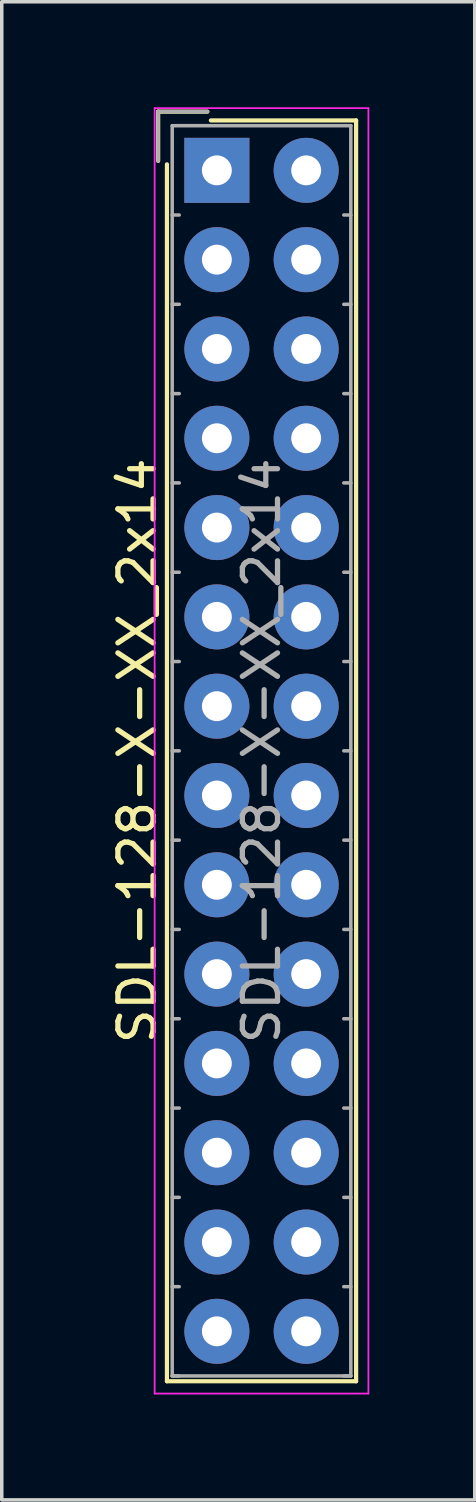
<source format=kicad_pcb>
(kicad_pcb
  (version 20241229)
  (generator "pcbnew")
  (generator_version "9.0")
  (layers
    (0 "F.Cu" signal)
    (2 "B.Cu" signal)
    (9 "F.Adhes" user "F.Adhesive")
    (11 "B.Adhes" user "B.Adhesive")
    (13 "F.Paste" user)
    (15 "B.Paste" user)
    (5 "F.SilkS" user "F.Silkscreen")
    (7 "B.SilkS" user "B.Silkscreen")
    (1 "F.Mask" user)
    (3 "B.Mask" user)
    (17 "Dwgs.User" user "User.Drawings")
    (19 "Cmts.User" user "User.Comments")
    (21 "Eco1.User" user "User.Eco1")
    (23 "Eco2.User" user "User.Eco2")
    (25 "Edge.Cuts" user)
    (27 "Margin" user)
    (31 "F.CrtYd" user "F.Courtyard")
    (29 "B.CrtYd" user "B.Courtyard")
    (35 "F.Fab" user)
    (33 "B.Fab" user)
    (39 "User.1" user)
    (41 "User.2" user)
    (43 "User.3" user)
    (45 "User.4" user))
  (footprint "SDL-128-X-XX_2x14"
    (layer "F.Cu")
    (at 3.118 1.795)
    (property "Reference" "SDL-128-X-XX_2x14" (at -2.27 16.51 90) (layer "F.SilkS") (effects (font (size 1 1) (thickness 0.15))))
    (attr through_hole)
    (fp_line (start -1.67 -1.67) (end -1.67 -0.27) (stroke (width 0.12) (type solid)) (layer "F.SilkS"))
    (fp_line (start -1.42 34.44) (end -1.42 -0.17) (stroke (width 0.12) (type solid)) (layer "F.SilkS"))
    (fp_line (start -0.27 -1.67) (end -1.67 -1.67) (stroke (width 0.12) (type solid)) (layer "F.SilkS"))
    (fp_line (start -0.17 -1.42) (end 3.96 -1.42) (stroke (width 0.12) (type solid)) (layer "F.SilkS"))
    (fp_line (start 3.96 -1.42) (end 3.96 34.44) (stroke (width 0.12) (type solid)) (layer "F.SilkS"))
    (fp_line (start 3.96 34.44) (end -1.42 34.44) (stroke (width 0.12) (type solid)) (layer "F.SilkS"))
    (fp_line (start -1.77 -1.77) (end -1.77 34.79) (stroke (width 0.05) (type solid)) (layer "F.CrtYd"))
    (fp_line (start -1.77 34.79) (end 4.31 34.79) (stroke (width 0.05) (type solid)) (layer "F.CrtYd"))
    (fp_line (start 4.31 -1.77) (end -1.77 -1.77) (stroke (width 0.05) (type solid)) (layer "F.CrtYd"))
    (fp_line (start 4.31 34.79) (end 4.31 -1.77) (stroke (width 0.05) (type solid)) (layer "F.CrtYd"))
    (fp_line (start -1.67 -1.67) (end -1.67 -0.27) (stroke (width 0.1) (type solid)) (layer "F.Fab"))
    (fp_line (start -1.27 -1.27) (end -1.27 34.29) (stroke (width 0.1) (type solid)) (layer "F.Fab"))
    (fp_line (start -1.27 1.27) (end -1.07 1.27) (stroke (width 0.1) (type solid)) (layer "F.Fab"))
    (fp_line (start -1.27 3.81) (end -1.07 3.81) (stroke (width 0.1) (type solid)) (layer "F.Fab"))
    (fp_line (start -1.27 6.35) (end -1.07 6.35) (stroke (width 0.1) (type solid)) (layer "F.Fab"))
    (fp_line (start -1.27 8.89) (end -1.07 8.89) (stroke (width 0.1) (type solid)) (layer "F.Fab"))
    (fp_line (start -1.27 11.43) (end -1.07 11.43) (stroke (width 0.1) (type solid)) (layer "F.Fab"))
    (fp_line (start -1.27 13.97) (end -1.07 13.97) (stroke (width 0.1) (type solid)) (layer "F.Fab"))
    (fp_line (start -1.27 16.51) (end -1.07 16.51) (stroke (width 0.1) (type solid)) (layer "F.Fab"))
    (fp_line (start -1.27 19.05) (end -1.07 19.05) (stroke (width 0.1) (type solid)) (layer "F.Fab"))
    (fp_line (start -1.27 21.59) (end -1.07 21.59) (stroke (width 0.1) (type solid)) (layer "F.Fab"))
    (fp_line (start -1.27 24.13) (end -1.07 24.13) (stroke (width 0.1) (type solid)) (layer "F.Fab"))
    (fp_line (start -1.27 26.67) (end -1.07 26.67) (stroke (width 0.1) (type solid)) (layer "F.Fab"))
    (fp_line (start -1.27 29.21) (end -1.07 29.21) (stroke (width 0.1) (type solid)) (layer "F.Fab"))
    (fp_line (start -1.27 31.75) (end -1.07 31.75) (stroke (width 0.1) (type solid)) (layer "F.Fab"))
    (fp_line (start -1.27 34.29) (end -1.07 34.29) (stroke (width 0.1) (type solid)) (layer "F.Fab"))
    (fp_line (start -1.27 34.29) (end 3.81 34.29) (stroke (width 0.1) (type solid)) (layer "F.Fab"))
    (fp_line (start -0.27 -1.67) (end -1.67 -1.67) (stroke (width 0.1) (type solid)) (layer "F.Fab"))
    (fp_line (start 3.81 -1.27) (end -1.27 -1.27) (stroke (width 0.1) (type solid)) (layer "F.Fab"))
    (fp_line (start 3.81 1.27) (end 3.61 1.27) (stroke (width 0.1) (type solid)) (layer "F.Fab"))
    (fp_line (start 3.81 3.81) (end 3.61 3.81) (stroke (width 0.1) (type solid)) (layer "F.Fab"))
    (fp_line (start 3.81 6.35) (end 3.61 6.35) (stroke (width 0.1) (type solid)) (layer "F.Fab"))
    (fp_line (start 3.81 8.89) (end 3.61 8.89) (stroke (width 0.1) (type solid)) (layer "F.Fab"))
    (fp_line (start 3.81 11.43) (end 3.61 11.43) (stroke (width 0.1) (type solid)) (layer "F.Fab"))
    (fp_line (start 3.81 13.97) (end 3.61 13.97) (stroke (width 0.1) (type solid)) (layer "F.Fab"))
    (fp_line (start 3.81 16.51) (end 3.61 16.51) (stroke (width 0.1) (type solid)) (layer "F.Fab"))
    (fp_line (start 3.81 19.05) (end 3.61 19.05) (stroke (width 0.1) (type solid)) (layer "F.Fab"))
    (fp_line (start 3.81 21.59) (end 3.61 21.59) (stroke (width 0.1) (type solid)) (layer "F.Fab"))
    (fp_line (start 3.81 24.13) (end 3.61 24.13) (stroke (width 0.1) (type solid)) (layer "F.Fab"))
    (fp_line (start 3.81 26.67) (end 3.61 26.67) (stroke (width 0.1) (type solid)) (layer "F.Fab"))
    (fp_line (start 3.81 29.21) (end 3.61 29.21) (stroke (width 0.1) (type solid)) (layer "F.Fab"))
    (fp_line (start 3.81 31.75) (end 3.61 31.75) (stroke (width 0.1) (type solid)) (layer "F.Fab"))
    (fp_line (start 3.81 34.29) (end 3.61 34.29) (stroke (width 0.1) (type solid)) (layer "F.Fab"))
    (fp_line (start 3.81 34.29) (end 3.81 -1.27) (stroke (width 0.1) (type solid)) (layer "F.Fab"))
    (fp_text user "${REFERENCE}" (at 1.27 16.51 90) (layer "F.Fab") (effects (font (size 1 1) (thickness 0.15))))
    (pad "1" thru_hole rect (at 0 0) (size 1.85 1.85) (drill 0.85) (layers "*.Cu" "*.Mask"))
    (pad "2" thru_hole circle (at 2.54 0) (size 1.85 1.85) (drill 0.85) (layers "*.Cu" "*.Mask"))
    (pad "3" thru_hole circle (at 0 2.54) (size 1.85 1.85) (drill 0.85) (layers "*.Cu" "*.Mask"))
    (pad "4" thru_hole circle (at 2.54 2.54) (size 1.85 1.85) (drill 0.85) (layers "*.Cu" "*.Mask"))
    (pad "5" thru_hole circle (at 0 5.08) (size 1.85 1.85) (drill 0.85) (layers "*.Cu" "*.Mask"))
    (pad "6" thru_hole circle (at 2.54 5.08) (size 1.85 1.85) (drill 0.85) (layers "*.Cu" "*.Mask"))
    (pad "7" thru_hole circle (at 0 7.62) (size 1.85 1.85) (drill 0.85) (layers "*.Cu" "*.Mask"))
    (pad "8" thru_hole circle (at 2.54 7.62) (size 1.85 1.85) (drill 0.85) (layers "*.Cu" "*.Mask"))
    (pad "9" thru_hole circle (at 0 10.16) (size 1.85 1.85) (drill 0.85) (layers "*.Cu" "*.Mask"))
    (pad "10" thru_hole circle (at 2.54 10.16) (size 1.85 1.85) (drill 0.85) (layers "*.Cu" "*.Mask"))
    (pad "11" thru_hole circle (at 0 12.7) (size 1.85 1.85) (drill 0.85) (layers "*.Cu" "*.Mask"))
    (pad "12" thru_hole circle (at 2.54 12.7) (size 1.85 1.85) (drill 0.85) (layers "*.Cu" "*.Mask"))
    (pad "13" thru_hole circle (at 0 15.24) (size 1.85 1.85) (drill 0.85) (layers "*.Cu" "*.Mask"))
    (pad "14" thru_hole circle (at 2.54 15.24) (size 1.85 1.85) (drill 0.85) (layers "*.Cu" "*.Mask"))
    (pad "15" thru_hole circle (at 0 17.78) (size 1.85 1.85) (drill 0.85) (layers "*.Cu" "*.Mask"))
    (pad "16" thru_hole circle (at 2.54 17.78) (size 1.85 1.85) (drill 0.85) (layers "*.Cu" "*.Mask"))
    (pad "17" thru_hole circle (at 0 20.32) (size 1.85 1.85) (drill 0.85) (layers "*.Cu" "*.Mask"))
    (pad "18" thru_hole circle (at 2.54 20.32) (size 1.85 1.85) (drill 0.85) (layers "*.Cu" "*.Mask"))
    (pad "19" thru_hole circle (at 0 22.86) (size 1.85 1.85) (drill 0.85) (layers "*.Cu" "*.Mask"))
    (pad "20" thru_hole circle (at 2.54 22.86) (size 1.85 1.85) (drill 0.85) (layers "*.Cu" "*.Mask"))
    (pad "21" thru_hole circle (at 0 25.4) (size 1.85 1.85) (drill 0.85) (layers "*.Cu" "*.Mask"))
    (pad "22" thru_hole circle (at 2.54 25.4) (size 1.85 1.85) (drill 0.85) (layers "*.Cu" "*.Mask"))
    (pad "23" thru_hole circle (at 0 27.94) (size 1.85 1.85) (drill 0.85) (layers "*.Cu" "*.Mask"))
    (pad "24" thru_hole circle (at 2.54 27.94) (size 1.85 1.85) (drill 0.85) (layers "*.Cu" "*.Mask"))
    (pad "25" thru_hole circle (at 0 30.48) (size 1.85 1.85) (drill 0.85) (layers "*.Cu" "*.Mask"))
    (pad "26" thru_hole circle (at 2.54 30.48) (size 1.85 1.85) (drill 0.85) (layers "*.Cu" "*.Mask"))
    (pad "27" thru_hole circle (at 0 33.02) (size 1.85 1.85) (drill 0.85) (layers "*.Cu" "*.Mask"))
    (pad "28" thru_hole circle (at 2.54 33.02) (size 1.85 1.85) (drill 0.85) (layers "*.Cu" "*.Mask")))
  (gr_rect
    (start -3 -3)
    (end 10.453 39.61)
    (stroke (width 0.1) (type default))
    (fill no)
    (layer "Edge.Cuts")))
</source>
